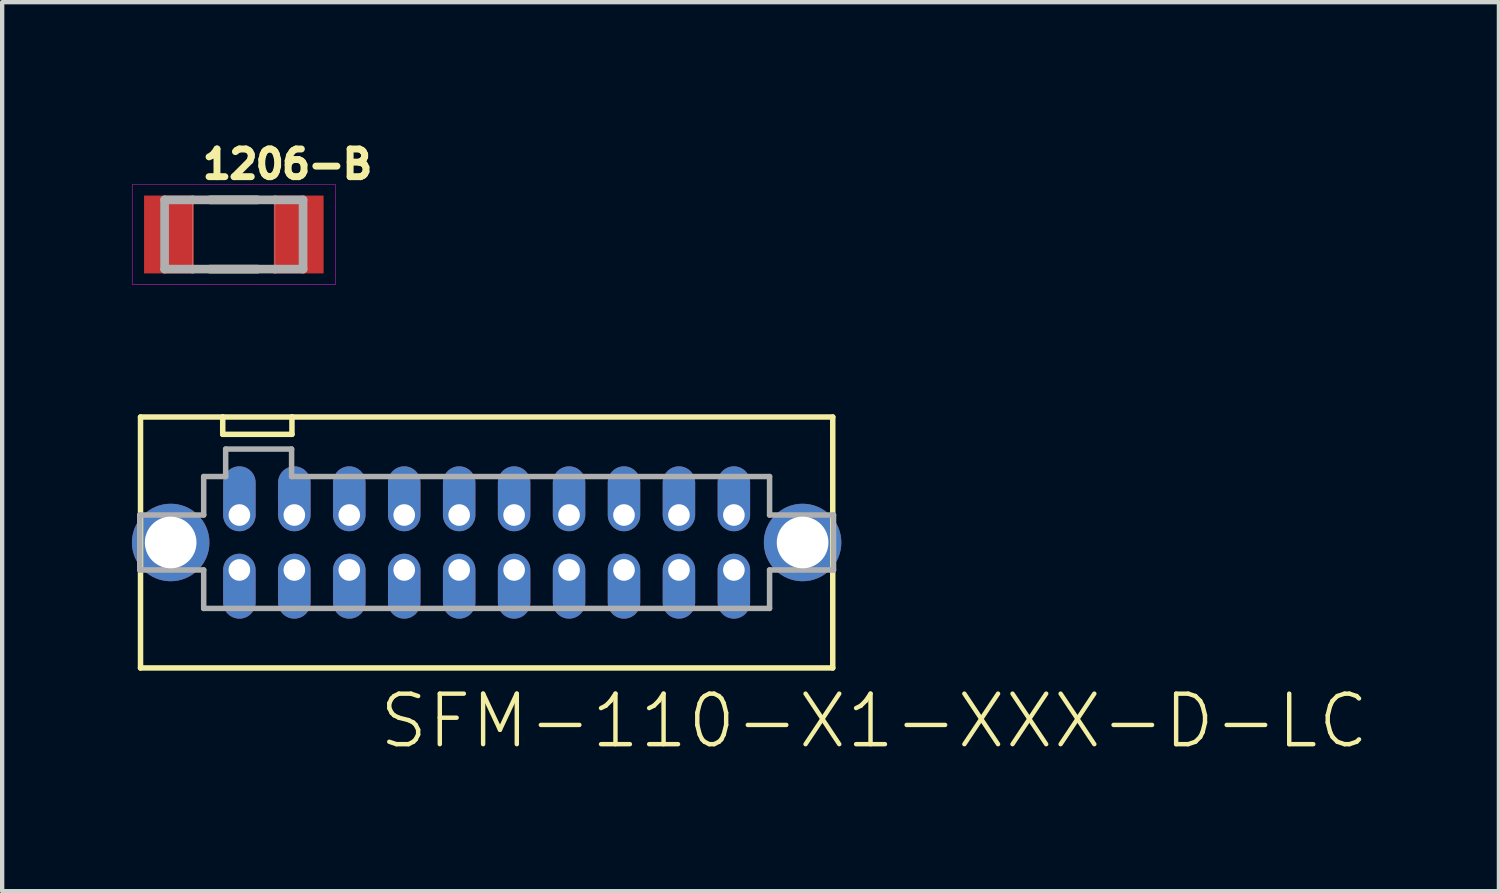
<source format=kicad_pcb>
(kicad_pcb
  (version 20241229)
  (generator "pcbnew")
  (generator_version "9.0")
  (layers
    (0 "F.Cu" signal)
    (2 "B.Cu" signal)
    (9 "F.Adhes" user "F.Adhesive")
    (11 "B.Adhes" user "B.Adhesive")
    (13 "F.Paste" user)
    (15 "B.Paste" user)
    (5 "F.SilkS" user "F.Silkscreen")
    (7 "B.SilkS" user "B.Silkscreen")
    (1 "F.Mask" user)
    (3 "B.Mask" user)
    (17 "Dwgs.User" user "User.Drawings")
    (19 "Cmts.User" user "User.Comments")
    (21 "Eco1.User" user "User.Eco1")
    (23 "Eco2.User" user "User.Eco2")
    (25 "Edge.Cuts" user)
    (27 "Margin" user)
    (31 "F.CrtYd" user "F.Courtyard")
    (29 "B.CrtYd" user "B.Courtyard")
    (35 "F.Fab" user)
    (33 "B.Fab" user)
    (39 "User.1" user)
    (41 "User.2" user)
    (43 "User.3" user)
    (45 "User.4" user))
  (footprint "SFM-110-X1-XXX-D-LC"
    (layer "F.Cu")
    (at 8.198 9.489)
    (property "Reference" "SFM-110-X1-XXX-D-LC" (at -2.54 4.81 0) (layer "F.SilkS") (effects (font (size 1.168 1.168) (thickness 0.102)) (justify left bottom)))
    (fp_line (start -8 -2.9) (end -8 2.9) (stroke (width 0.127) (type solid)) (layer "F.SilkS"))
    (fp_line (start -6.1 -2.9) (end -8 -2.9) (stroke (width 0.127) (type solid)) (layer "F.SilkS"))
    (fp_line (start -6.1 -2.9) (end -6.1 -2.5) (stroke (width 0.127) (type solid)) (layer "F.SilkS"))
    (fp_line (start -6.1 -2.5) (end -4.5 -2.5) (stroke (width 0.127) (type solid)) (layer "F.SilkS"))
    (fp_line (start -4.5 -2.9) (end -6.1 -2.9) (stroke (width 0.127) (type solid)) (layer "F.SilkS"))
    (fp_line (start -4.5 -2.5) (end -4.5 -2.9) (stroke (width 0.127) (type solid)) (layer "F.SilkS"))
    (fp_line (start 8 -2.9) (end -4.5 -2.9) (stroke (width 0.127) (type solid)) (layer "F.SilkS"))
    (fp_line (start 8 -2.9) (end 8 2.9) (stroke (width 0.127) (type solid)) (layer "F.SilkS"))
    (fp_line (start 8 2.9) (end -8 2.9) (stroke (width 0.127) (type solid)) (layer "F.SilkS"))
    (fp_line (start -8.018 -0.635) (end -6.54 -0.635) (stroke (width 0.127) (type solid)) (layer "F.Fab"))
    (fp_line (start -8.018 0.635) (end -8.018 -0.635) (stroke (width 0.127) (type solid)) (layer "F.Fab"))
    (fp_line (start -6.54 -1.524) (end -6.032 -1.524) (stroke (width 0.127) (type solid)) (layer "F.Fab"))
    (fp_line (start -6.54 -0.635) (end -6.54 -1.524) (stroke (width 0.127) (type solid)) (layer "F.Fab"))
    (fp_line (start -6.54 0.635) (end -8.018 0.635) (stroke (width 0.127) (type solid)) (layer "F.Fab"))
    (fp_line (start -6.54 1.524) (end -6.54 0.635) (stroke (width 0.127) (type solid)) (layer "F.Fab"))
    (fp_line (start -6.032 -2.159) (end -4.508 -2.159) (stroke (width 0.127) (type solid)) (layer "F.Fab"))
    (fp_line (start -6.032 -1.524) (end -6.032 -2.159) (stroke (width 0.127) (type solid)) (layer "F.Fab"))
    (fp_line (start -4.508 -2.159) (end -4.508 -1.524) (stroke (width 0.127) (type solid)) (layer "F.Fab"))
    (fp_line (start -4.508 -1.524) (end 6.54 -1.524) (stroke (width 0.127) (type solid)) (layer "F.Fab"))
    (fp_line (start 6.54 -1.524) (end 6.54 -0.635) (stroke (width 0.127) (type solid)) (layer "F.Fab"))
    (fp_line (start 6.54 -0.635) (end 8.018 -0.635) (stroke (width 0.127) (type solid)) (layer "F.Fab"))
    (fp_line (start 6.54 0.635) (end 6.54 1.524) (stroke (width 0.127) (type solid)) (layer "F.Fab"))
    (fp_line (start 6.54 1.524) (end -6.54 1.524) (stroke (width 0.127) (type solid)) (layer "F.Fab"))
    (fp_line (start 8.018 -0.635) (end 8.018 0.635) (stroke (width 0.127) (type solid)) (layer "F.Fab"))
    (fp_line (start 8.018 0.635) (end 6.54 0.635) (stroke (width 0.127) (type solid)) (layer "F.Fab"))
    (pad "1" thru_hole oval (at 5.715 0.635 270) (size 1.5 0.75) (drill 0.5 (offset 0.375 0)) (layers "*.Cu" "*.Mask"))
    (pad "2" thru_hole oval (at 5.715 -0.635 90) (size 1.5 0.75) (drill 0.5 (offset 0.375 0)) (layers "*.Cu" "*.Mask"))
    (pad "3" thru_hole oval (at 4.445 0.635 270) (size 1.5 0.75) (drill 0.5 (offset 0.375 0)) (layers "*.Cu" "*.Mask"))
    (pad "4" thru_hole oval (at 4.445 -0.635 90) (size 1.5 0.75) (drill 0.5 (offset 0.375 0)) (layers "*.Cu" "*.Mask"))
    (pad "5" thru_hole oval (at 3.175 0.635 270) (size 1.5 0.75) (drill 0.5 (offset 0.375 0)) (layers "*.Cu" "*.Mask"))
    (pad "6" thru_hole oval (at 3.175 -0.635 90) (size 1.5 0.75) (drill 0.5 (offset 0.375 0)) (layers "*.Cu" "*.Mask"))
    (pad "7" thru_hole oval (at 1.905 0.635 270) (size 1.5 0.75) (drill 0.5 (offset 0.375 0)) (layers "*.Cu" "*.Mask"))
    (pad "8" thru_hole oval (at 1.905 -0.635 90) (size 1.5 0.75) (drill 0.5 (offset 0.375 0)) (layers "*.Cu" "*.Mask"))
    (pad "9" thru_hole oval (at 0.635 0.635 270) (size 1.5 0.75) (drill 0.5 (offset 0.375 0)) (layers "*.Cu" "*.Mask"))
    (pad "10" thru_hole oval (at 0.635 -0.635 90) (size 1.5 0.75) (drill 0.5 (offset 0.375 0)) (layers "*.Cu" "*.Mask"))
    (pad "11" thru_hole oval (at -0.635 0.635 270) (size 1.5 0.75) (drill 0.5 (offset 0.375 0)) (layers "*.Cu" "*.Mask"))
    (pad "12" thru_hole oval (at -0.635 -0.635 90) (size 1.5 0.75) (drill 0.5 (offset 0.375 0)) (layers "*.Cu" "*.Mask"))
    (pad "13" thru_hole oval (at -1.905 0.635 270) (size 1.5 0.75) (drill 0.5 (offset 0.375 0)) (layers "*.Cu" "*.Mask"))
    (pad "14" thru_hole oval (at -1.905 -0.635 90) (size 1.5 0.75) (drill 0.5 (offset 0.375 0)) (layers "*.Cu" "*.Mask"))
    (pad "15" thru_hole oval (at -3.175 0.635 270) (size 1.5 0.75) (drill 0.5 (offset 0.375 0)) (layers "*.Cu" "*.Mask"))
    (pad "16" thru_hole oval (at -3.175 -0.635 90) (size 1.5 0.75) (drill 0.5 (offset 0.375 0)) (layers "*.Cu" "*.Mask"))
    (pad "17" thru_hole oval (at -4.445 0.635 270) (size 1.5 0.75) (drill 0.5 (offset 0.375 0)) (layers "*.Cu" "*.Mask"))
    (pad "18" thru_hole oval (at -4.445 -0.635 90) (size 1.5 0.75) (drill 0.5 (offset 0.375 0)) (layers "*.Cu" "*.Mask"))
    (pad "19" thru_hole oval (at -5.715 0.635 270) (size 1.5 0.75) (drill 0.5 (offset 0.375 0)) (layers "*.Cu" "*.Mask"))
    (pad "20" thru_hole oval (at -5.715 -0.635 90) (size 1.5 0.75) (drill 0.5 (offset 0.375 0)) (layers "*.Cu" "*.Mask"))
    (pad "LC1" thru_hole circle (at 7.303 0) (size 1.791 1.791) (drill 1.194) (layers "*.Cu" "*.Mask"))
    (pad "LC2" thru_hole circle (at -7.303 0) (size 1.791 1.791) (drill 1.194) (layers "*.Cu" "*.Mask")))
  (footprint "1206-B"
    (layer "F.Cu")
    (at 2.355 2.37)
    (property "Reference" "1206-B" (at -0.8 -1.25 0) (layer "F.SilkS") (effects (font (size 0.64 0.64) (thickness 0.16)) (justify left bottom)))
    (fp_line (start -0.55 -0.8) (end 0.55 -0.8) (stroke (width 0.2) (type solid)) (layer "F.SilkS"))
    (fp_line (start -0.55 0.8) (end 0.55 0.8) (stroke (width 0.2) (type solid)) (layer "F.SilkS"))
    (fp_line (start -2.35 -1.15) (end -2.35 1.15) (stroke (width 0.01) (type solid)) (layer "F.CrtYd"))
    (fp_line (start -2.35 1.15) (end 2.35 1.15) (stroke (width 0.01) (type solid)) (layer "F.CrtYd"))
    (fp_line (start 2.35 -1.15) (end -2.35 -1.15) (stroke (width 0.01) (type solid)) (layer "F.CrtYd"))
    (fp_line (start 2.35 1.15) (end 2.35 -1.15) (stroke (width 0.01) (type solid)) (layer "F.CrtYd"))
    (fp_line (start -1.6 -0.8) (end -1.6 0.8) (stroke (width 0.2) (type solid)) (layer "F.Fab"))
    (fp_line (start -1.6 0.8) (end -0.95 0.8) (stroke (width 0.2) (type solid)) (layer "F.Fab"))
    (fp_line (start -0.95 -0.8) (end -1.6 -0.8) (stroke (width 0.2) (type solid)) (layer "F.Fab"))
    (fp_line (start -0.95 -0.8) (end -0.95 0.8) (stroke (width 0.01) (type solid)) (layer "F.Fab"))
    (fp_line (start -0.95 0.8) (end 0.95 0.8) (stroke (width 0.2) (type solid)) (layer "F.Fab"))
    (fp_line (start 0.95 -0.8) (end -0.95 -0.8) (stroke (width 0.2) (type solid)) (layer "F.Fab"))
    (fp_line (start 0.95 -0.8) (end 0.95 0.8) (stroke (width 0.01) (type solid)) (layer "F.Fab"))
    (fp_line (start 0.95 0.8) (end 1.6 0.8) (stroke (width 0.2) (type solid)) (layer "F.Fab"))
    (fp_line (start 1.6 -0.8) (end 0.95 -0.8) (stroke (width 0.2) (type solid)) (layer "F.Fab"))
    (fp_line (start 1.6 0.8) (end 1.6 -0.8) (stroke (width 0.2) (type solid)) (layer "F.Fab"))
    (pad "1" smd rect (at -1.5 0) (size 1.15 1.8) (layers "F.Cu" "F.Mask" "F.Paste"))
    (pad "2" smd rect (at 1.5 0) (size 1.15 1.8) (layers "F.Cu" "F.Mask" "F.Paste")))
  (gr_rect
    (start -3 -3)
    (end 31.596 17.549)
    (stroke (width 0.1) (type default))
    (fill no)
    (layer "Edge.Cuts")))
</source>
